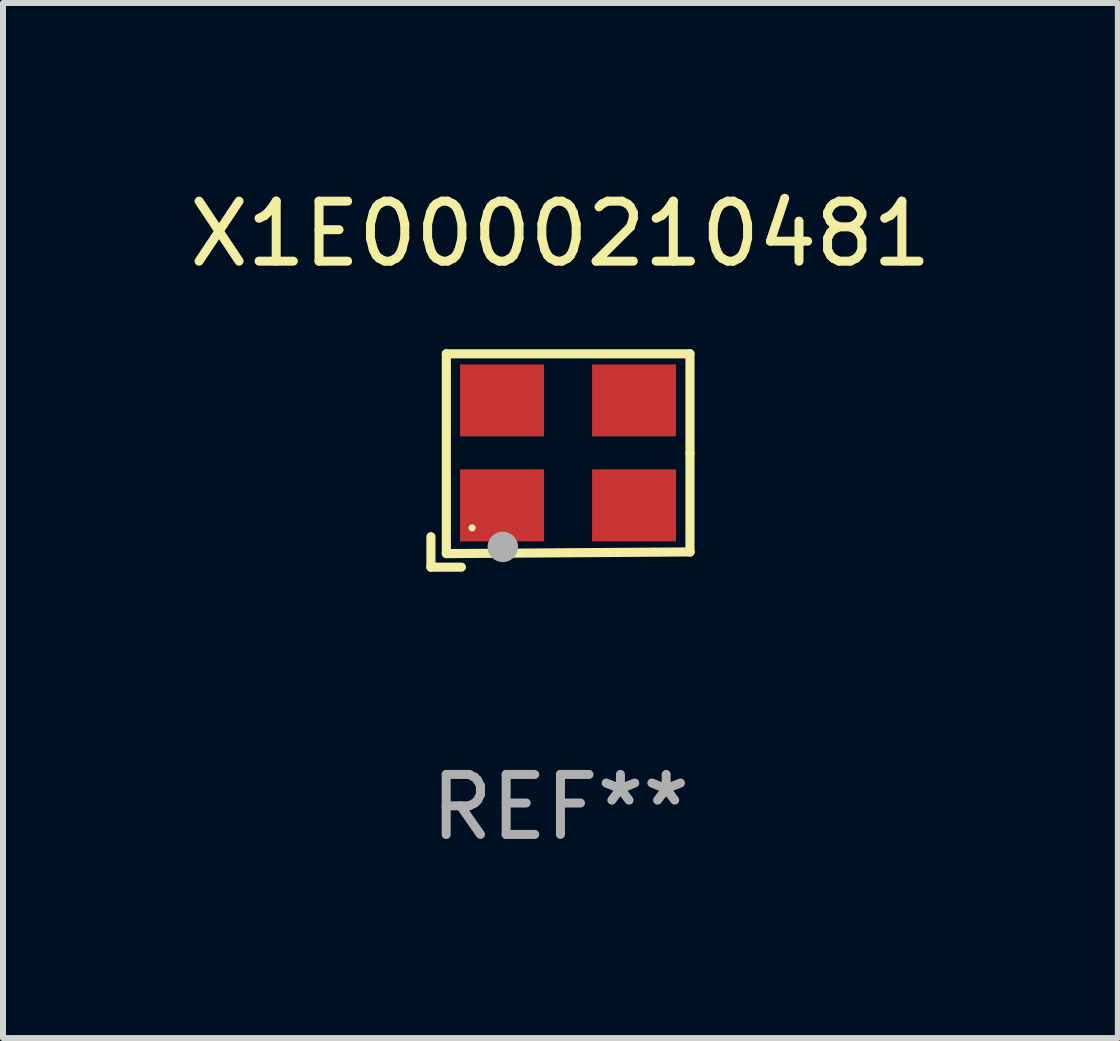
<source format=kicad_pcb>
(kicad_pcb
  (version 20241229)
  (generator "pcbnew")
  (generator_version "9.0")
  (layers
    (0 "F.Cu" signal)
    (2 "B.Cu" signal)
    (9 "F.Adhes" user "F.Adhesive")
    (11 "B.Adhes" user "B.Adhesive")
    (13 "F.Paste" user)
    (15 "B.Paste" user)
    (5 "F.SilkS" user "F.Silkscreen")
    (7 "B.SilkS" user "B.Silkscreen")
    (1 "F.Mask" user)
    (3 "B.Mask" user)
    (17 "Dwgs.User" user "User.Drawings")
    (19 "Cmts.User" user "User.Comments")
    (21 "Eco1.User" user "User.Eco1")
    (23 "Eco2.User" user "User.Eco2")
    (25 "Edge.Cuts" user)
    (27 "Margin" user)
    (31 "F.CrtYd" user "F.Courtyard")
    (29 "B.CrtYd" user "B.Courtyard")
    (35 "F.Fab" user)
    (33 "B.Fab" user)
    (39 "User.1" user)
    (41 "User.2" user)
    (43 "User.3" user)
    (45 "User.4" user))
  (footprint "X1E0000210481"
    (layer "F.Cu")
    (at 6.292 4.626)
    (property "Reference" "X1E0000210481" (at 0 -3.778 0) (layer "F.SilkS") (effects (font (size 1 1) (thickness 0.15))))
    (attr through_hole)
    (fp_line (start -2.159 1.27) (end -2.159 1.778) (stroke (width 0.152) (type solid)) (layer "F.SilkS"))
    (fp_line (start -2.159 1.778) (end -1.651 1.778) (stroke (width 0.152) (type solid)) (layer "F.SilkS"))
    (fp_line (start -1.902 -1.778) (end 2.159 -1.778) (stroke (width 0.152) (type solid)) (layer "F.SilkS"))
    (fp_line (start -1.902 1.552) (end -1.902 -1.778) (stroke (width 0.152) (type solid)) (layer "F.SilkS"))
    (fp_line (start 2.159 -1.778) (end 2.159 -0.127) (stroke (width 0.152) (type solid)) (layer "F.SilkS"))
    (fp_line (start 2.159 -0.127) (end 2.159 1.524) (stroke (width 0.152) (type solid)) (layer "F.SilkS"))
    (fp_line (start 2.159 1.524) (end -1.902 1.552) (stroke (width 0.152) (type solid)) (layer "F.SilkS"))
    (fp_line (start 2.159 1.524) (end 2.159 1.524) (stroke (width 0.152) (type solid)) (layer "F.SilkS"))
    (fp_circle (center -1.473 1.123) (end -1.443 1.123) (stroke (width 0.06) (type solid)) (fill no) (layer "F.SilkS"))
    (fp_circle (center -0.961 1.44) (end -0.834 1.44) (stroke (width 0.254) (type solid)) (fill no) (layer "F.Fab"))
    (fp_text user "REF**" (at 0 5.778 0) (layer "F.Fab") (effects (font (size 1 1) (thickness 0.15))))
    (pad "1" smd rect (at -0.973 0.748) (size 1.4 1.2) (layers "F.Cu" "F.Mask" "F.Paste"))
    (pad "2" smd rect (at 1.227 0.748) (size 1.4 1.2) (layers "F.Cu" "F.Mask" "F.Paste"))
    (pad "3" smd rect (at 1.227 -1.002) (size 1.4 1.2) (layers "F.Cu" "F.Mask" "F.Paste"))
    (pad "4" smd rect (at -0.973 -1.002) (size 1.4 1.2) (layers "F.Cu" "F.Mask" "F.Paste")))
  (gr_rect
    (start -3 -3)
    (end 15.583 14.253)
    (stroke (width 0.1) (type default))
    (fill no)
    (layer "Edge.Cuts")))
</source>
